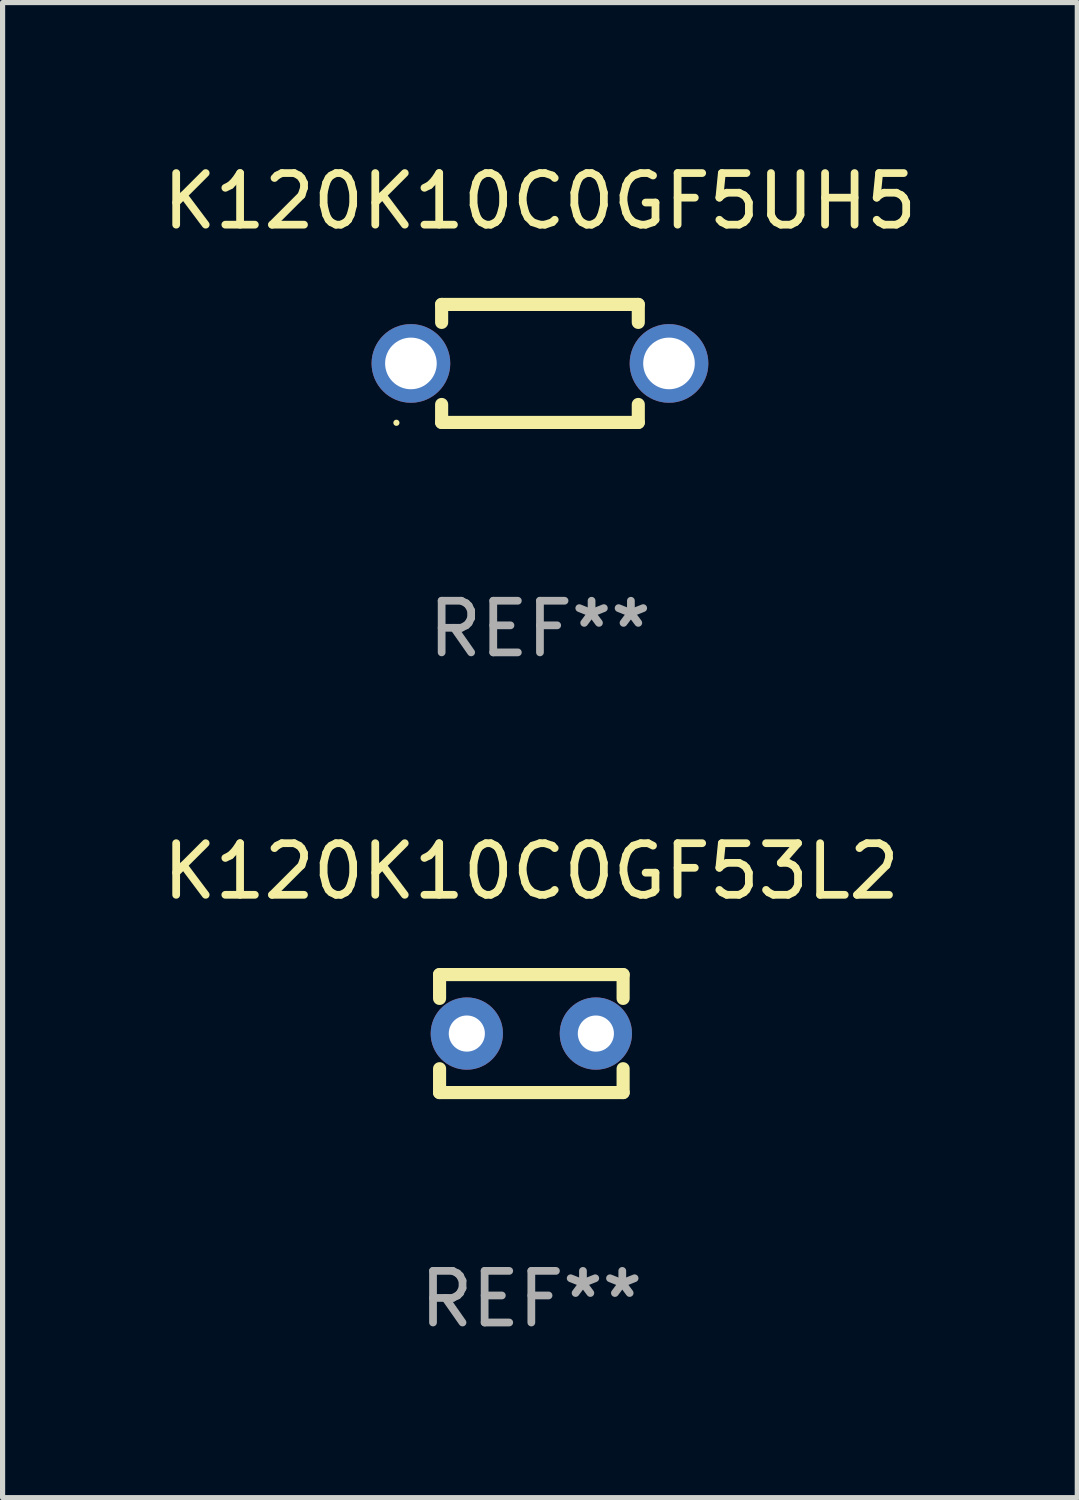
<source format=kicad_pcb>
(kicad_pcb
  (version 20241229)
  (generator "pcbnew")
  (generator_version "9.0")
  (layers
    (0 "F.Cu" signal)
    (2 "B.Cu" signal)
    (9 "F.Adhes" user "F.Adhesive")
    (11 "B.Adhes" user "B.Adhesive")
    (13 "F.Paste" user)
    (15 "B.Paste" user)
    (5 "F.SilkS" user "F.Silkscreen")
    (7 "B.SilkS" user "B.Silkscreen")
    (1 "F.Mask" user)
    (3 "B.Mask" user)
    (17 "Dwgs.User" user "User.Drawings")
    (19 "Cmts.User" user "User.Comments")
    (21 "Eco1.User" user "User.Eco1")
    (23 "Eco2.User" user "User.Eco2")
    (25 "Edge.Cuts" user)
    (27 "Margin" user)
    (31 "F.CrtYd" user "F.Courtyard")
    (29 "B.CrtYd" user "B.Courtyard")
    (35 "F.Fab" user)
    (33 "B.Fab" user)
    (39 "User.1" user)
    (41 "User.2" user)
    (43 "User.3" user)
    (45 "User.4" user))
  (footprint "K120K10C0GF5UH5"
    (layer "F.Cu")
    (at 7.411 3.991)
    (property "Reference" "K120K10C0GF5UH5" (at 0 -3.143 0) (layer "F.SilkS") (effects (font (size 1 1) (thickness 0.15))))
    (attr through_hole)
    (fp_line (start -1.905 -1.143) (end 1.905 -1.143) (stroke (width 0.254) (type solid)) (layer "F.SilkS"))
    (fp_line (start -1.905 -0.795) (end -1.905 -1.143) (stroke (width 0.254) (type solid)) (layer "F.SilkS"))
    (fp_line (start -1.905 1.143) (end -1.905 0.795) (stroke (width 0.254) (type solid)) (layer "F.SilkS"))
    (fp_line (start 1.905 -1.143) (end 1.905 -0.795) (stroke (width 0.254) (type solid)) (layer "F.SilkS"))
    (fp_line (start 1.905 0.795) (end 1.905 1.143) (stroke (width 0.254) (type solid)) (layer "F.SilkS"))
    (fp_line (start 1.905 1.143) (end -1.905 1.143) (stroke (width 0.254) (type solid)) (layer "F.SilkS"))
    (fp_circle (center -2.781 1.15) (end -2.751 1.15) (stroke (width 0.06) (type solid)) (fill no) (layer "F.SilkS"))
    (fp_text user "REF**" (at 0 5.143 0) (layer "F.Fab") (effects (font (size 1 1) (thickness 0.15))))
    (pad "1" thru_hole circle (at -2.5 0) (size 1.524 1.524) (drill 1) (layers "*.Cu" "*.Mask"))
    (pad "2" thru_hole circle (at 2.5 0) (size 1.524 1.524) (drill 1) (layers "*.Cu" "*.Mask")))
  (footprint "K120K10C0GF53L2"
    (layer "F.Cu")
    (at 7.244 16.974)
    (property "Reference" "K120K10C0GF53L2" (at 0 -3.143 0) (layer "F.SilkS") (effects (font (size 1 1) (thickness 0.15))))
    (attr through_hole)
    (fp_line (start -1.778 -1.143) (end 1.778 -1.143) (stroke (width 0.254) (type solid)) (layer "F.SilkS"))
    (fp_line (start -1.778 -0.681) (end -1.778 -1.143) (stroke (width 0.254) (type solid)) (layer "F.SilkS"))
    (fp_line (start -1.778 1.143) (end -1.778 0.681) (stroke (width 0.254) (type solid)) (layer "F.SilkS"))
    (fp_line (start 1.778 -1.143) (end 1.778 -0.681) (stroke (width 0.254) (type solid)) (layer "F.SilkS"))
    (fp_line (start 1.778 0.681) (end 1.778 1.143) (stroke (width 0.254) (type solid)) (layer "F.SilkS"))
    (fp_line (start 1.778 1.143) (end -1.778 1.143) (stroke (width 0.254) (type solid)) (layer "F.SilkS"))
    (fp_circle (center -1.8 1.15) (end -1.77 1.15) (stroke (width 0.06) (type solid)) (fill no) (layer "F.SilkS"))
    (fp_text user "REF**" (at 0 5.143 0) (layer "F.Fab") (effects (font (size 1 1) (thickness 0.15))))
    (pad "1" thru_hole circle (at -1.25 0) (size 1.4 1.4) (drill 0.7) (layers "*.Cu" "*.Mask"))
    (pad "2" thru_hole circle (at 1.25 0) (size 1.4 1.4) (drill 0.7) (layers "*.Cu" "*.Mask")))
  (gr_rect
    (start -3 -3)
    (end 17.821 25.965)
    (stroke (width 0.1) (type default))
    (fill no)
    (layer "Edge.Cuts")))
</source>
